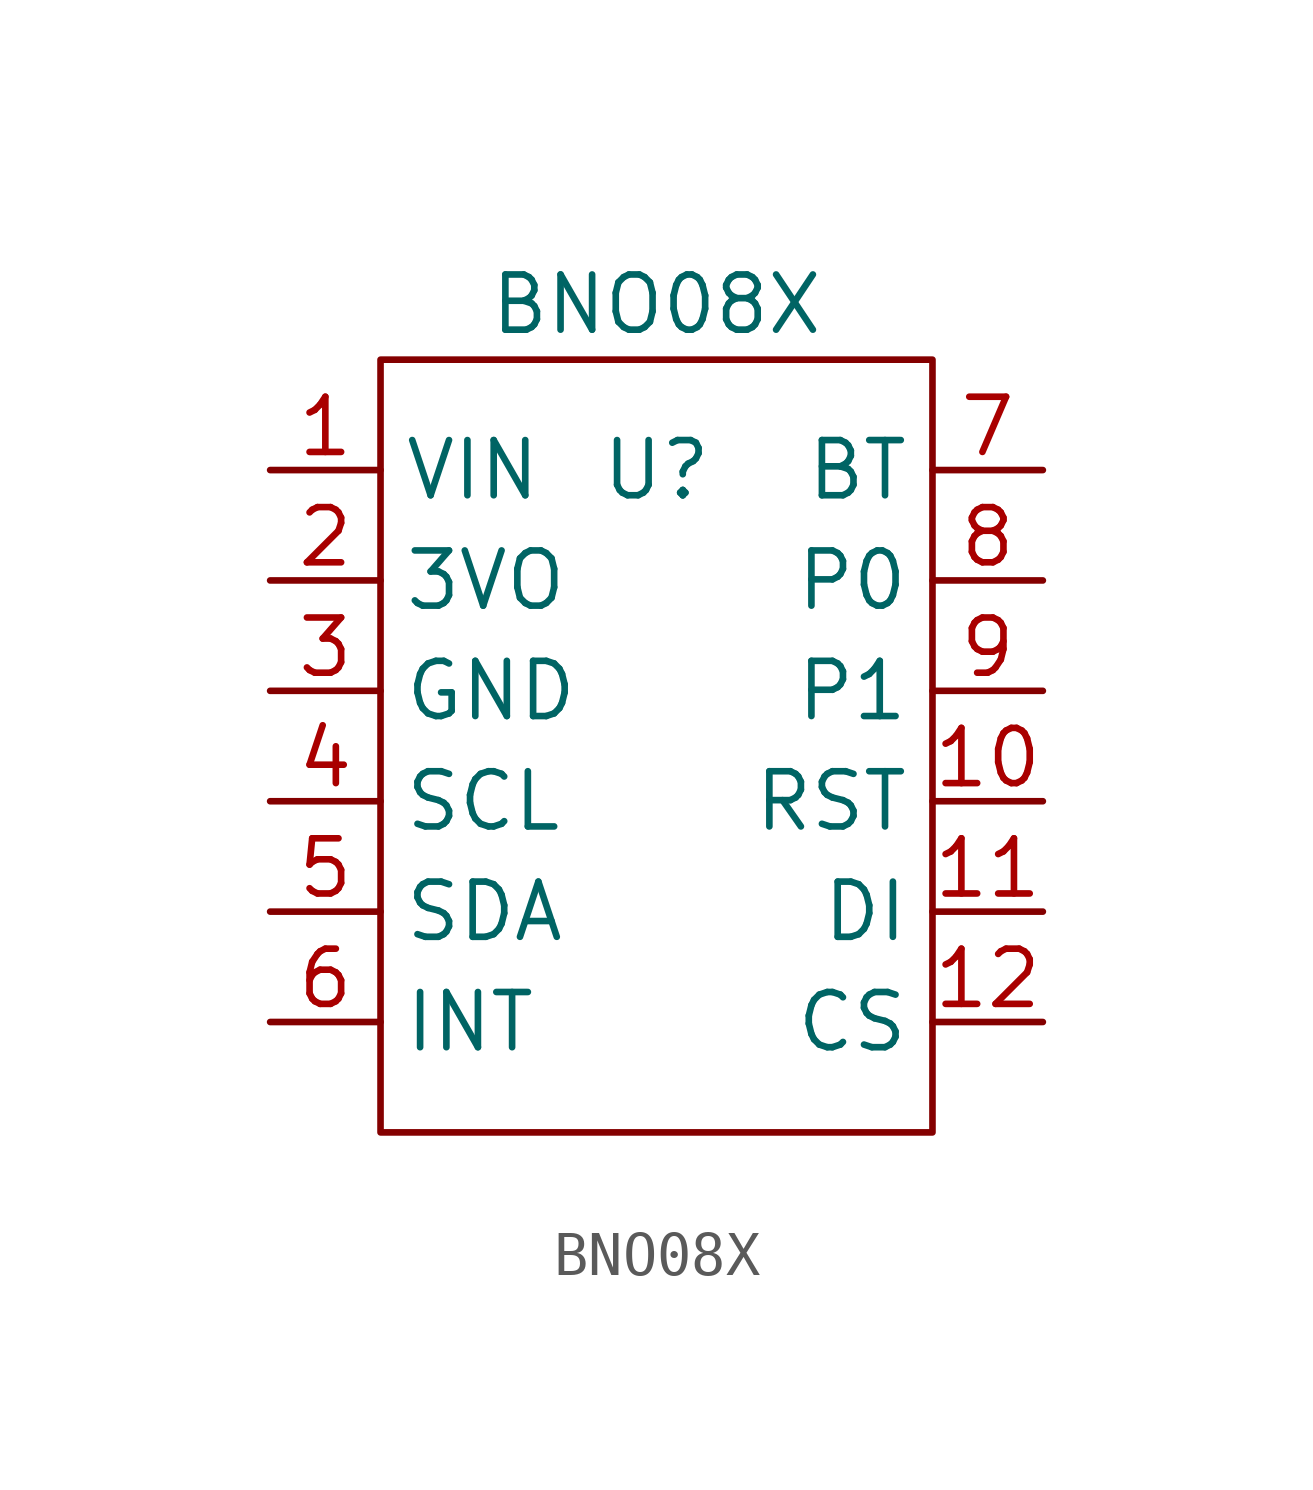
<source format=kicad_sym>
(kicad_symbol_lib
  (version 20211014)
  (generator kicad_symbol_editor)
  (symbol "BNO08X"
    (property "Reference" "U"
      (at 0 5.08 0)
      (effects (font (size 1.27 1.27))))
    (property "Value" "BNO08X"
      (at 0 8.89 0)
      (effects (font (size 1.27 1.27))))
    (symbol "BNO08X_0_1"
      (rectangle (start -6.35 7.62) (end 6.35 -10.16) (stroke (width 0) (type default) (color 0 0 0 0)) (fill (type none))))
    (symbol "BNO08X_1_1"
      (pin input line (at -8.89 5.08 0) (length 2.54) (name "VIN" (effects (font (size 1.27 1.27)))) (number "1" (effects (font (size 1.27 1.27)))))
      (pin input line (at 8.89 -2.54 180) (length 2.54) (name "RST" (effects (font (size 1.27 1.27)))) (number "10" (effects (font (size 1.27 1.27)))))
      (pin input line (at 8.89 -5.08 180) (length 2.54) (name "DI" (effects (font (size 1.27 1.27)))) (number "11" (effects (font (size 1.27 1.27)))))
      (pin input line (at 8.89 -7.62 180) (length 2.54) (name "CS" (effects (font (size 1.27 1.27)))) (number "12" (effects (font (size 1.27 1.27)))))
      (pin input line (at -8.89 2.54 0) (length 2.54) (name "3VO" (effects (font (size 1.27 1.27)))) (number "2" (effects (font (size 1.27 1.27)))))
      (pin input line (at -8.89 0 0) (length 2.54) (name "GND" (effects (font (size 1.27 1.27)))) (number "3" (effects (font (size 1.27 1.27)))))
      (pin input line (at -8.89 -2.54 0) (length 2.54) (name "SCL" (effects (font (size 1.27 1.27)))) (number "4" (effects (font (size 1.27 1.27)))))
      (pin input line (at -8.89 -5.08 0) (length 2.54) (name "SDA" (effects (font (size 1.27 1.27)))) (number "5" (effects (font (size 1.27 1.27)))))
      (pin input line (at -8.89 -7.62 0) (length 2.54) (name "INT" (effects (font (size 1.27 1.27)))) (number "6" (effects (font (size 1.27 1.27)))))
      (pin input line (at 8.89 5.08 180) (length 2.54) (name "BT" (effects (font (size 1.27 1.27)))) (number "7" (effects (font (size 1.27 1.27)))))
      (pin input line (at 8.89 2.54 180) (length 2.54) (name "P0" (effects (font (size 1.27 1.27)))) (number "8" (effects (font (size 1.27 1.27)))))
      (pin input line (at 8.89 0 180) (length 2.54) (name "P1" (effects (font (size 1.27 1.27)))) (number "9" (effects (font (size 1.27 1.27))))))))
</source>
